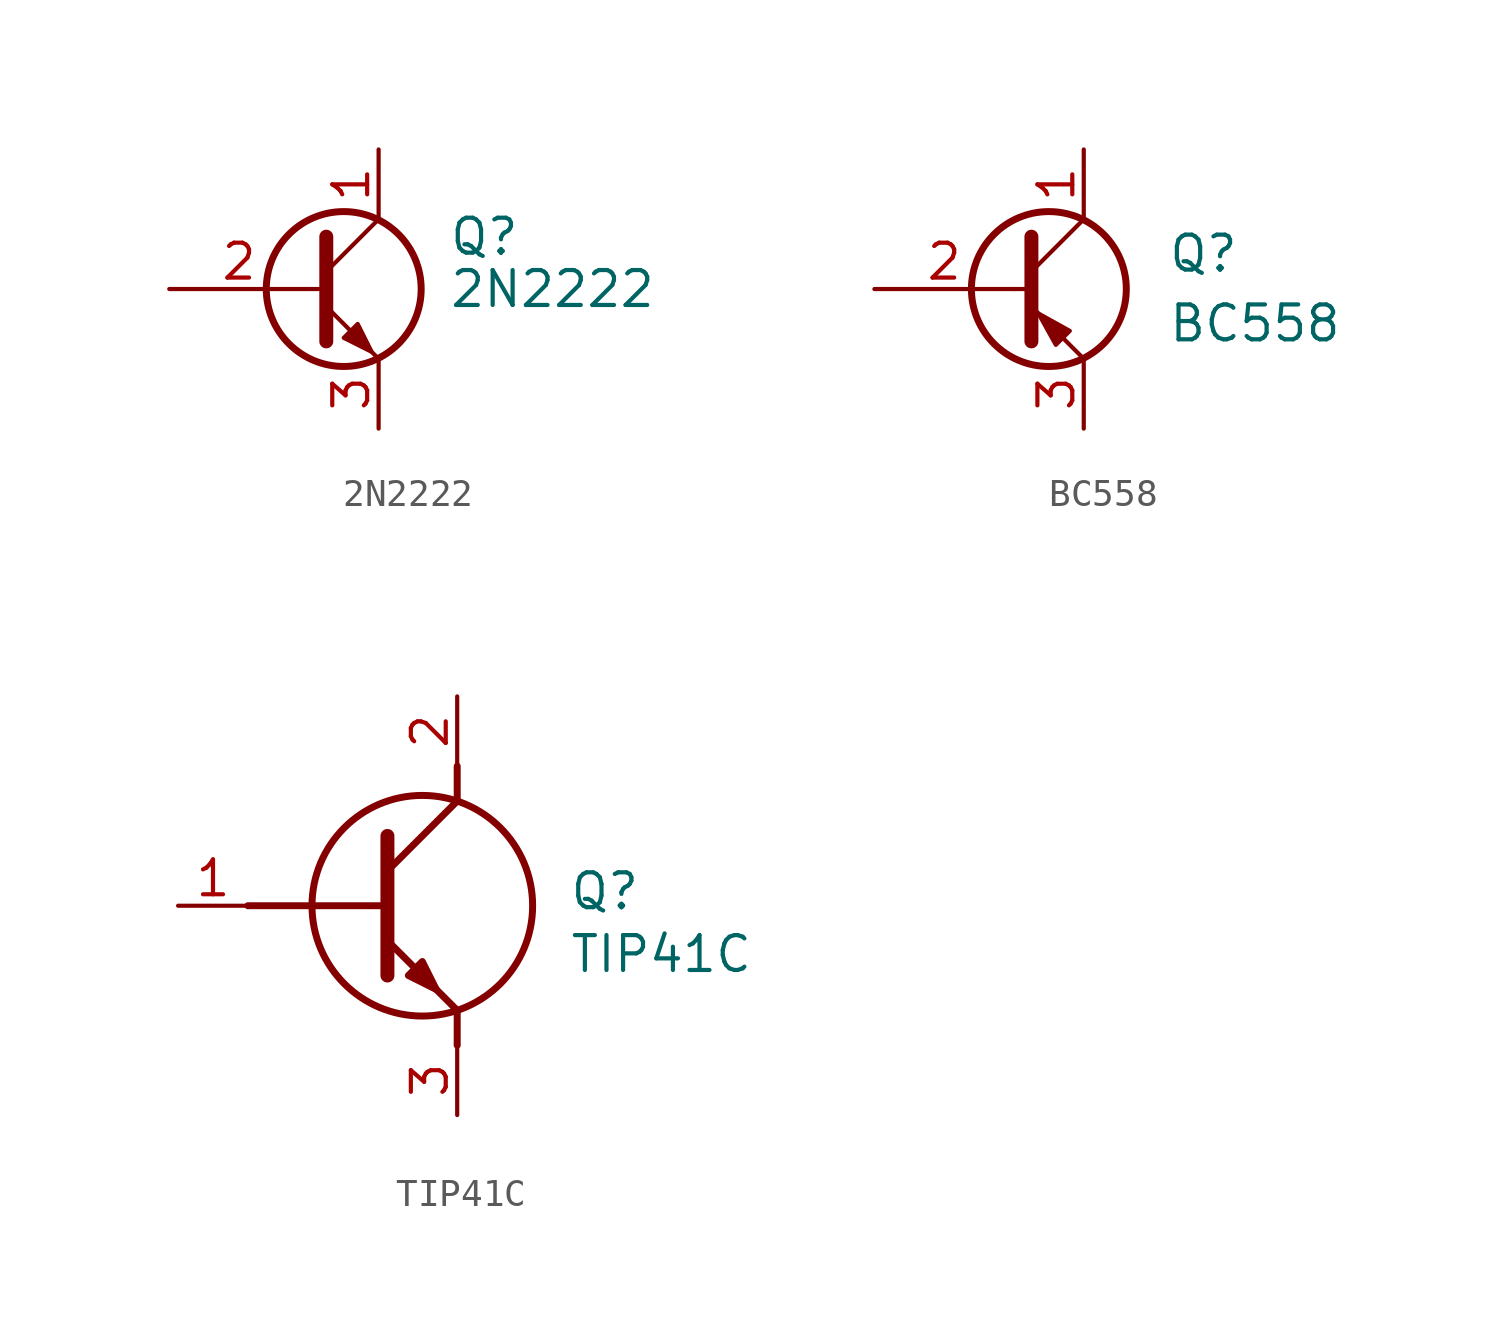
<source format=kicad_sym>
(kicad_symbol_lib
  (version 20231120)
  (generator "kicad_symbol_editor")
  (generator_version "8.0")
  (symbol "2N2222"
    (pin_names
      (offset 0) hide)
    (property "Reference" "Q"
      (at 2.54 1.905 0)
      (effects (font (size 1.27 1.27)) (justify left)))
    (property "Value" "2N2222"
      (at 2.54 0 0)
      (effects (font (size 1.27 1.27)) (justify left)))
    (symbol "2N2222_0_1"
      (circle (center -1.27 0) (radius 2.819) (stroke (width 0.254) (type solid)) (fill (type none)))
      (polyline (pts (xy -2.54 0) (xy -1.905 0)) (stroke (width 0) (type solid)) (fill (type none)))
      (polyline (pts (xy -1.905 0.635) (xy 0 2.54)) (stroke (width 0) (type solid)) (fill (type none)))
      (polyline (pts (xy -1.905 -0.635) (xy 0 -2.54) (xy 0 -2.54)) (stroke (width 0) (type solid)) (fill (type none)))
      (polyline (pts (xy -1.905 1.905) (xy -1.905 -1.905) (xy -1.905 -1.905)) (stroke (width 0.508) (type solid)) (fill (type none)))
      (polyline (pts (xy -1.27 -1.778) (xy -0.762 -1.27) (xy -0.254 -2.286) (xy -1.27 -1.778) (xy -1.27 -1.778)) (stroke (width 0) (type solid)) (fill (type outline))))
    (symbol "2N2222_1_1"
      (pin passive line (at 0 5.08 270) (length 2.54) (name "C" (effects (font (size 1.27 1.27)))) (number "1" (effects (font (size 1.27 1.27)))))
      (pin input line (at -7.62 0 0) (length 5.08) (name "B" (effects (font (size 1.27 1.27)))) (number "2" (effects (font (size 1.27 1.27)))))
      (pin passive line (at 0 -5.08 90) (length 2.54) (name "E" (effects (font (size 1.27 1.27)))) (number "3" (effects (font (size 1.27 1.27)))))))
  (symbol "BC558"
    (pin_names hide)
    (property "Reference" "Q"
      (at 3.048 2.032 0)
      (effects (font (size 1.27 1.27)) (justify left top)))
    (property "Value" "BC558"
      (at 3.048 -0.508 0)
      (effects (font (size 1.27 1.27)) (justify left top)))
    (symbol "BC558_0_1"
      (circle (center -1.27 0) (radius 2.819) (stroke (width 0.254) (type solid)) (fill (type none)))
      (polyline (pts (xy -2.54 0) (xy -1.905 0)) (stroke (width 0) (type solid)) (fill (type none)))
      (polyline (pts (xy -1.905 0.635) (xy 0 2.54)) (stroke (width 0) (type solid)) (fill (type none)))
      (polyline (pts (xy -1.905 -0.635) (xy 0 -2.54) (xy 0 -2.54)) (stroke (width 0) (type solid)) (fill (type none)))
      (polyline (pts (xy -1.905 1.905) (xy -1.905 -1.905) (xy -1.905 -1.905)) (stroke (width 0.508) (type solid)) (fill (type none))))
    (symbol "BC558_1_1"
      (polyline (pts (xy -0.762 -1.778) (xy -0.508 -1.524) (xy -1.651 -0.889) (xy -1.016 -2.032) (xy -0.762 -1.778)) (stroke (width 0) (type solid)) (fill (type outline)))
      (pin passive line (at 0 5.08 270) (length 2.54) (name "C" (effects (font (size 1.27 1.27)))) (number "1" (effects (font (size 1.27 1.27)))))
      (pin input line (at -7.62 0 0) (length 5.08) (name "B" (effects (font (size 1.27 1.27)))) (number "2" (effects (font (size 1.27 1.27)))))
      (pin passive line (at 0 -5.08 90) (length 2.54) (name "E" (effects (font (size 1.27 1.27)))) (number "3" (effects (font (size 1.27 1.27)))))))
  (symbol "TIP41C"
    (pin_names hide)
    (property "Reference" "Q"
      (at 4.064 1.27 0)
      (effects (font (size 1.27 1.27)) (justify left top)))
    (property "Value" "TIP41C"
      (at 4.064 -1.016 0)
      (effects (font (size 1.27 1.27)) (justify left top)))
    (symbol "TIP41C_1_1"
      (circle (center -1.27 0) (radius 4.016) (stroke (width 0.254) (type default)) (fill (type none)))
      (polyline (pts (xy -7.62 0) (xy -2.54 0)) (stroke (width 0.254) (type default)) (fill (type none)))
      (polyline (pts (xy -2.54 -1.27) (xy 0 -3.81)) (stroke (width 0.254) (type default)) (fill (type none)))
      (polyline (pts (xy -2.54 1.27) (xy 0 3.81)) (stroke (width 0.254) (type default)) (fill (type none)))
      (polyline (pts (xy -2.54 2.54) (xy -2.54 -2.54)) (stroke (width 0.508) (type default)) (fill (type none)))
      (polyline (pts (xy 0 -3.81) (xy 0 -5.08)) (stroke (width 0.254) (type default)) (fill (type none)))
      (polyline (pts (xy 0 3.81) (xy 0 5.08)) (stroke (width 0.254) (type default)) (fill (type none)))
      (polyline (pts (xy -1.778 -2.54) (xy -1.27 -2.032) (xy -0.762 -3.048) (xy -1.778 -2.54)) (stroke (width 0.254) (type default)) (fill (type outline)))
      (pin passive line (at -10.16 0 0) (length 2.54) (name "B" (effects (font (size 1.27 1.27)))) (number "1" (effects (font (size 1.27 1.27)))))
      (pin passive line (at 0 7.62 270) (length 2.54) (name "C" (effects (font (size 1.27 1.27)))) (number "2" (effects (font (size 1.27 1.27)))))
      (pin passive line (at 0 -7.62 90) (length 2.54) (name "E" (effects (font (size 1.27 1.27)))) (number "3" (effects (font (size 1.27 1.27))))))))
</source>
